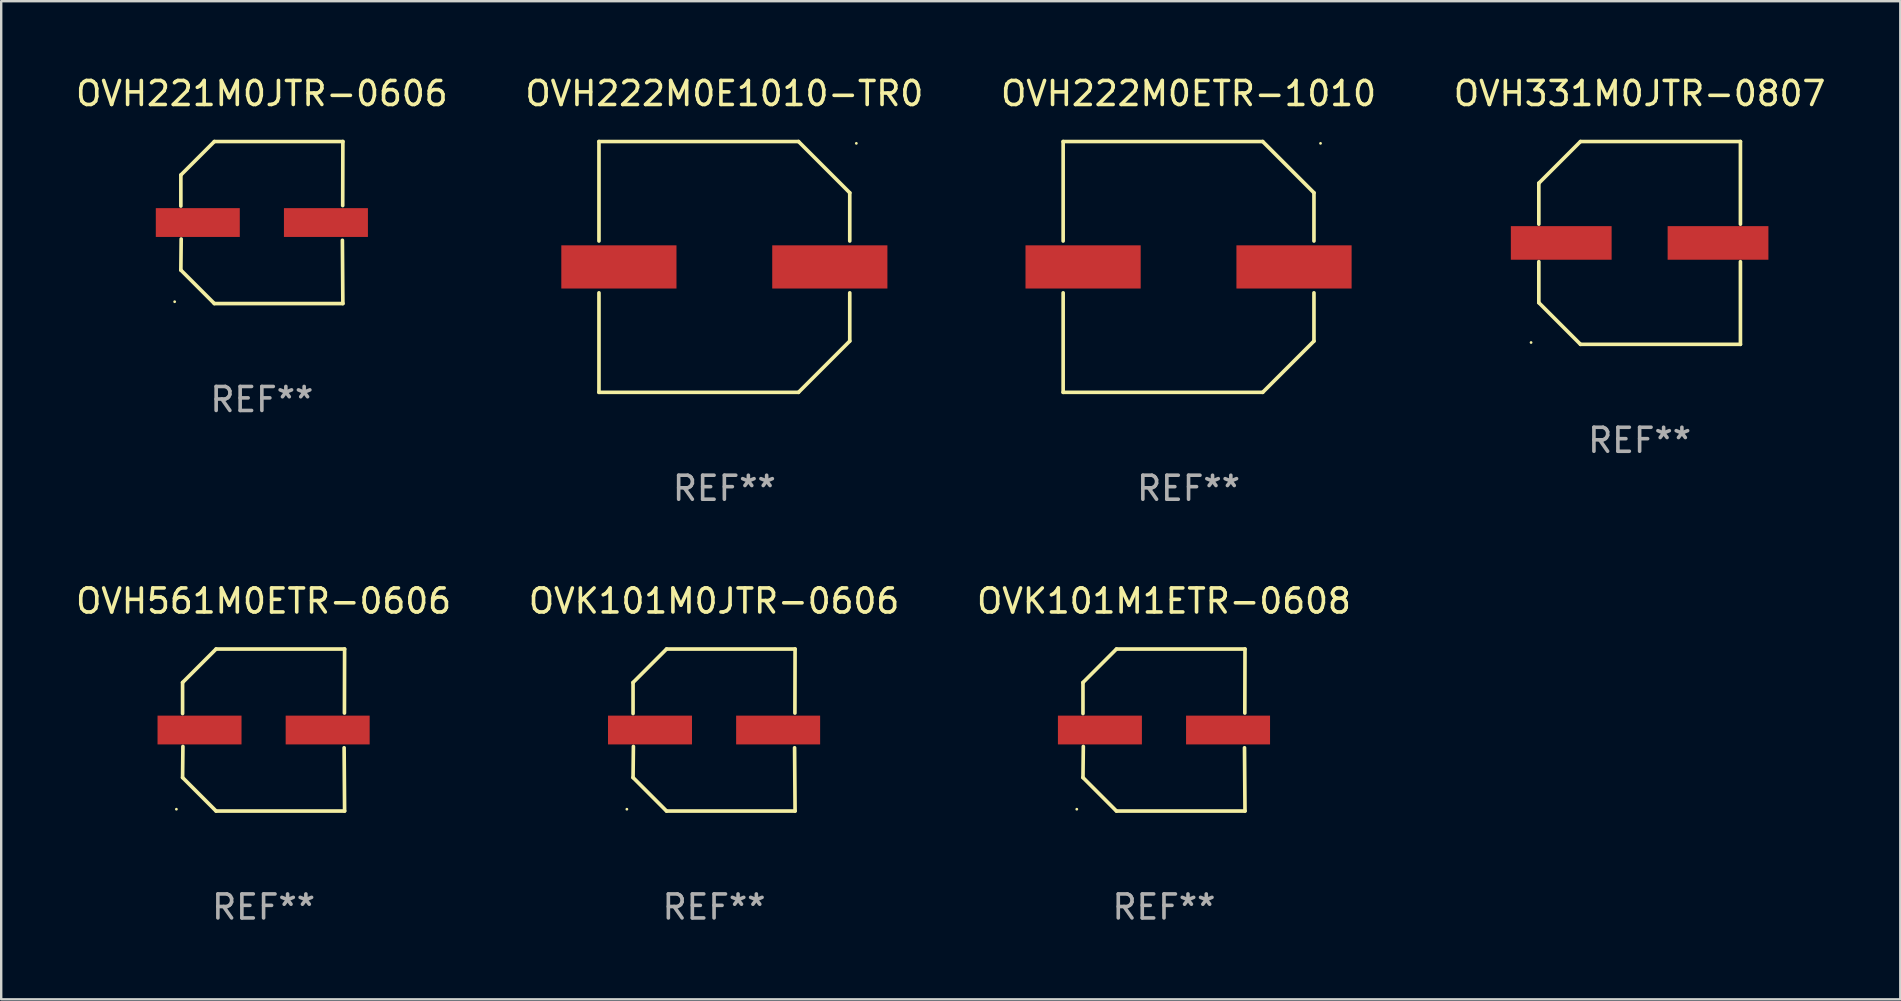
<source format=kicad_pcb>
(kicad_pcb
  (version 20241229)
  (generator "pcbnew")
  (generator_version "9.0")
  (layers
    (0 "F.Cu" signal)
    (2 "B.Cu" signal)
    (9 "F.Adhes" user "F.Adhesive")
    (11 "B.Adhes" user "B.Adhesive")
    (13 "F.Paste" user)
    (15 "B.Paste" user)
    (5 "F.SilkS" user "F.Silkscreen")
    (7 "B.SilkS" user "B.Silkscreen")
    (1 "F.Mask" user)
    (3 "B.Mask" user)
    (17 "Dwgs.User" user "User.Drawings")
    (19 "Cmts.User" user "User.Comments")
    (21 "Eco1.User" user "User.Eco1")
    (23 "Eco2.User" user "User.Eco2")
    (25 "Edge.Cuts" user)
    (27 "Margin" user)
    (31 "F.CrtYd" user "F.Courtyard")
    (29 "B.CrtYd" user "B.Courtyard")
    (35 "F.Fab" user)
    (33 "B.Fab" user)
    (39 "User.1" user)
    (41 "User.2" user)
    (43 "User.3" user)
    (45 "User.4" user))
  (footprint "OVK101M0JTR-0606"
    (layer "F.Cu")
    (at 26.708 27.373)
    (property "Reference" "OVK101M0JTR-0606" (at 0 -5.376 0) (layer "F.SilkS") (effects (font (size 1 1) (thickness 0.15))))
    (attr through_hole)
    (fp_line (start -3.376 -1.98) (end -3.376 -0.686) (stroke (width 0.152) (type solid)) (layer "F.SilkS"))
    (fp_line (start -3.376 1.981) (end -3.362 0.686) (stroke (width 0.152) (type solid)) (layer "F.SilkS"))
    (fp_line (start -1.981 3.376) (end -3.376 1.981) (stroke (width 0.152) (type solid)) (layer "F.SilkS"))
    (fp_line (start -1.98 -3.376) (end -3.376 -1.98) (stroke (width 0.152) (type solid)) (layer "F.SilkS"))
    (fp_line (start 3.356 0.74) (end 3.376 3.376) (stroke (width 0.152) (type solid)) (layer "F.SilkS"))
    (fp_line (start 3.369 -0.707) (end 3.376 -3.376) (stroke (width 0.152) (type solid)) (layer "F.SilkS"))
    (fp_line (start 3.376 3.376) (end -1.981 3.376) (stroke (width 0.152) (type solid)) (layer "F.SilkS"))
    (fp_line (start 3.376 -3.376) (end -1.98 -3.376) (stroke (width 0.152) (type solid)) (layer "F.SilkS"))
    (fp_circle (center -3.634 3.3) (end -3.604 3.3) (stroke (width 0.06) (type solid)) (fill no) (layer "F.SilkS"))
    (fp_text user "REF**" (at 0 7.376 0) (layer "F.Fab") (effects (font (size 1 1) (thickness 0.15))))
    (pad "1" smd rect (at -2.67 0.000254) (size 3.5 1.2) (layers "F.Cu" "F.Mask" "F.Paste"))
    (pad "2" smd rect (at 2.67 0.000254) (size 3.5 1.2) (layers "F.Cu" "F.Mask" "F.Paste")))
  (footprint "OVH561M0ETR-0606"
    (layer "F.Cu")
    (at 7.935 27.373)
    (property "Reference" "OVH561M0ETR-0606" (at 0 -5.376 0) (layer "F.SilkS") (effects (font (size 1 1) (thickness 0.15))))
    (attr through_hole)
    (fp_line (start -3.376 -1.98) (end -3.376 -0.686) (stroke (width 0.152) (type solid)) (layer "F.SilkS"))
    (fp_line (start -3.376 1.981) (end -3.362 0.686) (stroke (width 0.152) (type solid)) (layer "F.SilkS"))
    (fp_line (start -1.981 3.376) (end -3.376 1.981) (stroke (width 0.152) (type solid)) (layer "F.SilkS"))
    (fp_line (start -1.98 -3.376) (end -3.376 -1.98) (stroke (width 0.152) (type solid)) (layer "F.SilkS"))
    (fp_line (start 3.356 0.74) (end 3.376 3.376) (stroke (width 0.152) (type solid)) (layer "F.SilkS"))
    (fp_line (start 3.369 -0.707) (end 3.376 -3.376) (stroke (width 0.152) (type solid)) (layer "F.SilkS"))
    (fp_line (start 3.376 3.376) (end -1.981 3.376) (stroke (width 0.152) (type solid)) (layer "F.SilkS"))
    (fp_line (start 3.376 -3.376) (end -1.98 -3.376) (stroke (width 0.152) (type solid)) (layer "F.SilkS"))
    (fp_circle (center -3.634 3.3) (end -3.604 3.3) (stroke (width 0.06) (type solid)) (fill no) (layer "F.SilkS"))
    (fp_text user "REF**" (at 0 7.376 0) (layer "F.Fab") (effects (font (size 1 1) (thickness 0.15))))
    (pad "1" smd rect (at -2.67 0.000254) (size 3.5 1.2) (layers "F.Cu" "F.Mask" "F.Paste"))
    (pad "2" smd rect (at 2.67 0.000254) (size 3.5 1.2) (layers "F.Cu" "F.Mask" "F.Paste")))
  (footprint "OVH221M0JTR-0606"
    (layer "F.Cu")
    (at 7.863 6.224)
    (property "Reference" "OVH221M0JTR-0606" (at 0 -5.376 0) (layer "F.SilkS") (effects (font (size 1 1) (thickness 0.15))))
    (attr through_hole)
    (fp_line (start -3.376 -1.98) (end -3.376 -0.686) (stroke (width 0.152) (type solid)) (layer "F.SilkS"))
    (fp_line (start -3.376 1.981) (end -3.362 0.686) (stroke (width 0.152) (type solid)) (layer "F.SilkS"))
    (fp_line (start -1.981 3.376) (end -3.376 1.981) (stroke (width 0.152) (type solid)) (layer "F.SilkS"))
    (fp_line (start -1.98 -3.376) (end -3.376 -1.98) (stroke (width 0.152) (type solid)) (layer "F.SilkS"))
    (fp_line (start 3.356 0.74) (end 3.376 3.376) (stroke (width 0.152) (type solid)) (layer "F.SilkS"))
    (fp_line (start 3.369 -0.707) (end 3.376 -3.376) (stroke (width 0.152) (type solid)) (layer "F.SilkS"))
    (fp_line (start 3.376 3.376) (end -1.981 3.376) (stroke (width 0.152) (type solid)) (layer "F.SilkS"))
    (fp_line (start 3.376 -3.376) (end -1.98 -3.376) (stroke (width 0.152) (type solid)) (layer "F.SilkS"))
    (fp_circle (center -3.634 3.3) (end -3.604 3.3) (stroke (width 0.06) (type solid)) (fill no) (layer "F.SilkS"))
    (fp_text user "REF**" (at 0 7.376 0) (layer "F.Fab") (effects (font (size 1 1) (thickness 0.15))))
    (pad "1" smd rect (at -2.67 0.000254) (size 3.5 1.2) (layers "F.Cu" "F.Mask" "F.Paste"))
    (pad "2" smd rect (at 2.67 0.000254) (size 3.5 1.2) (layers "F.Cu" "F.Mask" "F.Paste")))
  (footprint "OVH331M0JTR-0807"
    (layer "F.Cu")
    (at 65.28 7.074)
    (property "Reference" "OVH331M0JTR-0807" (at 0 -6.226 0) (layer "F.SilkS") (effects (font (size 1 1) (thickness 0.15))))
    (attr through_hole)
    (fp_line (start -4.201 -2.49) (end -4.201 -0.782) (stroke (width 0.152) (type solid)) (layer "F.SilkS"))
    (fp_line (start -4.201 2.49) (end -4.201 0.782) (stroke (width 0.152) (type solid)) (layer "F.SilkS"))
    (fp_line (start -2.465 -4.226) (end -4.201 -2.49) (stroke (width 0.152) (type solid)) (layer "F.SilkS"))
    (fp_line (start -2.465 4.226) (end -4.201 2.49) (stroke (width 0.152) (type solid)) (layer "F.SilkS"))
    (fp_line (start 4.201 -4.226) (end -2.465 -4.226) (stroke (width 0.152) (type solid)) (layer "F.SilkS"))
    (fp_line (start 4.201 -0.782) (end 4.201 -4.226) (stroke (width 0.152) (type solid)) (layer "F.SilkS"))
    (fp_line (start 4.201 0.782) (end 4.201 4.226) (stroke (width 0.152) (type solid)) (layer "F.SilkS"))
    (fp_line (start 4.201 4.226) (end -2.465 4.226) (stroke (width 0.152) (type solid)) (layer "F.SilkS"))
    (fp_circle (center -4.524 4.15) (end -4.494 4.15) (stroke (width 0.06) (type solid)) (fill no) (layer "F.SilkS"))
    (fp_text user "REF**" (at 0 8.226 0) (layer "F.Fab") (effects (font (size 1 1) (thickness 0.15))))
    (pad "1" smd rect (at -3.267 0) (size 4.2 1.4) (layers "F.Cu" "F.Mask" "F.Paste"))
    (pad "2" smd rect (at 3.267 0) (size 4.2 1.4) (layers "F.Cu" "F.Mask" "F.Paste")))
  (footprint "OVH222M0ETR-1010"
    (layer "F.Cu")
    (at 46.482 8.074)
    (property "Reference" "OVH222M0ETR-1010" (at 0 -7.226 0) (layer "F.SilkS") (effects (font (size 1 1) (thickness 0.15))))
    (attr through_hole)
    (fp_line (start -5.226 -5.226) (end -5.226 -1.08) (stroke (width 0.152) (type solid)) (layer "F.SilkS"))
    (fp_line (start -5.226 -5.226) (end 3.09 -5.226) (stroke (width 0.152) (type solid)) (layer "F.SilkS"))
    (fp_line (start -5.226 1.08) (end -5.226 5.226) (stroke (width 0.152) (type solid)) (layer "F.SilkS"))
    (fp_line (start -5.226 5.226) (end 3.09 5.226) (stroke (width 0.152) (type solid)) (layer "F.SilkS"))
    (fp_line (start 3.09 -5.226) (end 5.226 -3.09) (stroke (width 0.152) (type solid)) (layer "F.SilkS"))
    (fp_line (start 3.09 5.226) (end 5.226 3.09) (stroke (width 0.152) (type solid)) (layer "F.SilkS"))
    (fp_line (start 5.226 -1.08) (end 5.226 -3.09) (stroke (width 0.152) (type solid)) (layer "F.SilkS"))
    (fp_line (start 5.226 3.09) (end 5.226 1.08) (stroke (width 0.152) (type solid)) (layer "F.SilkS"))
    (fp_circle (center 5.5 -5.15) (end 5.53 -5.15) (stroke (width 0.06) (type solid)) (fill no) (layer "F.SilkS"))
    (fp_text user "REF**" (at 0 9.226 0) (layer "F.Fab") (effects (font (size 1 1) (thickness 0.15))))
    (pad "1" smd rect (at 4.395 0 180) (size 4.8 1.8) (layers "F.Cu" "F.Mask" "F.Paste"))
    (pad "2" smd rect (at -4.395 0 180) (size 4.8 1.8) (layers "F.Cu" "F.Mask" "F.Paste")))
  (footprint "OVK101M1ETR-0608"
    (layer "F.Cu")
    (at 45.458 27.373)
    (property "Reference" "OVK101M1ETR-0608" (at 0 -5.376 0) (layer "F.SilkS") (effects (font (size 1 1) (thickness 0.15))))
    (attr through_hole)
    (fp_line (start -3.376 -1.98) (end -3.376 -0.686) (stroke (width 0.152) (type solid)) (layer "F.SilkS"))
    (fp_line (start -3.376 1.981) (end -3.362 0.686) (stroke (width 0.152) (type solid)) (layer "F.SilkS"))
    (fp_line (start -1.981 3.376) (end -3.376 1.981) (stroke (width 0.152) (type solid)) (layer "F.SilkS"))
    (fp_line (start -1.98 -3.376) (end -3.376 -1.98) (stroke (width 0.152) (type solid)) (layer "F.SilkS"))
    (fp_line (start 3.356 0.74) (end 3.376 3.376) (stroke (width 0.152) (type solid)) (layer "F.SilkS"))
    (fp_line (start 3.369 -0.707) (end 3.376 -3.376) (stroke (width 0.152) (type solid)) (layer "F.SilkS"))
    (fp_line (start 3.376 3.376) (end -1.981 3.376) (stroke (width 0.152) (type solid)) (layer "F.SilkS"))
    (fp_line (start 3.376 -3.376) (end -1.98 -3.376) (stroke (width 0.152) (type solid)) (layer "F.SilkS"))
    (fp_circle (center -3.634 3.3) (end -3.604 3.3) (stroke (width 0.06) (type solid)) (fill no) (layer "F.SilkS"))
    (fp_text user "REF**" (at 0 7.376 0) (layer "F.Fab") (effects (font (size 1 1) (thickness 0.15))))
    (pad "1" smd rect (at -2.67 0.000254) (size 3.5 1.2) (layers "F.Cu" "F.Mask" "F.Paste"))
    (pad "2" smd rect (at 2.67 0.000254) (size 3.5 1.2) (layers "F.Cu" "F.Mask" "F.Paste")))
  (footprint "OVH222M0E1010-TR0"
    (layer "F.Cu")
    (at 27.137 8.074)
    (property "Reference" "OVH222M0E1010-TR0" (at 0 -7.226 0) (layer "F.SilkS") (effects (font (size 1 1) (thickness 0.15))))
    (attr through_hole)
    (fp_line (start -5.226 -5.226) (end -5.226 -1.08) (stroke (width 0.152) (type solid)) (layer "F.SilkS"))
    (fp_line (start -5.226 -5.226) (end 3.09 -5.226) (stroke (width 0.152) (type solid)) (layer "F.SilkS"))
    (fp_line (start -5.226 1.08) (end -5.226 5.226) (stroke (width 0.152) (type solid)) (layer "F.SilkS"))
    (fp_line (start -5.226 5.226) (end 3.09 5.226) (stroke (width 0.152) (type solid)) (layer "F.SilkS"))
    (fp_line (start 3.09 -5.226) (end 5.226 -3.09) (stroke (width 0.152) (type solid)) (layer "F.SilkS"))
    (fp_line (start 3.09 5.226) (end 5.226 3.09) (stroke (width 0.152) (type solid)) (layer "F.SilkS"))
    (fp_line (start 5.226 -1.08) (end 5.226 -3.09) (stroke (width 0.152) (type solid)) (layer "F.SilkS"))
    (fp_line (start 5.226 3.09) (end 5.226 1.08) (stroke (width 0.152) (type solid)) (layer "F.SilkS"))
    (fp_circle (center 5.5 -5.15) (end 5.53 -5.15) (stroke (width 0.06) (type solid)) (fill no) (layer "F.SilkS"))
    (fp_text user "REF**" (at 0 9.226 0) (layer "F.Fab") (effects (font (size 1 1) (thickness 0.15))))
    (pad "1" smd rect (at 4.395 0 180) (size 4.8 1.8) (layers "F.Cu" "F.Mask" "F.Paste"))
    (pad "2" smd rect (at -4.395 0 180) (size 4.8 1.8) (layers "F.Cu" "F.Mask" "F.Paste")))
  (gr_rect
    (start -3 -3)
    (end 76.143 38.597)
    (stroke (width 0.1) (type default))
    (fill no)
    (layer "Edge.Cuts")))
</source>
